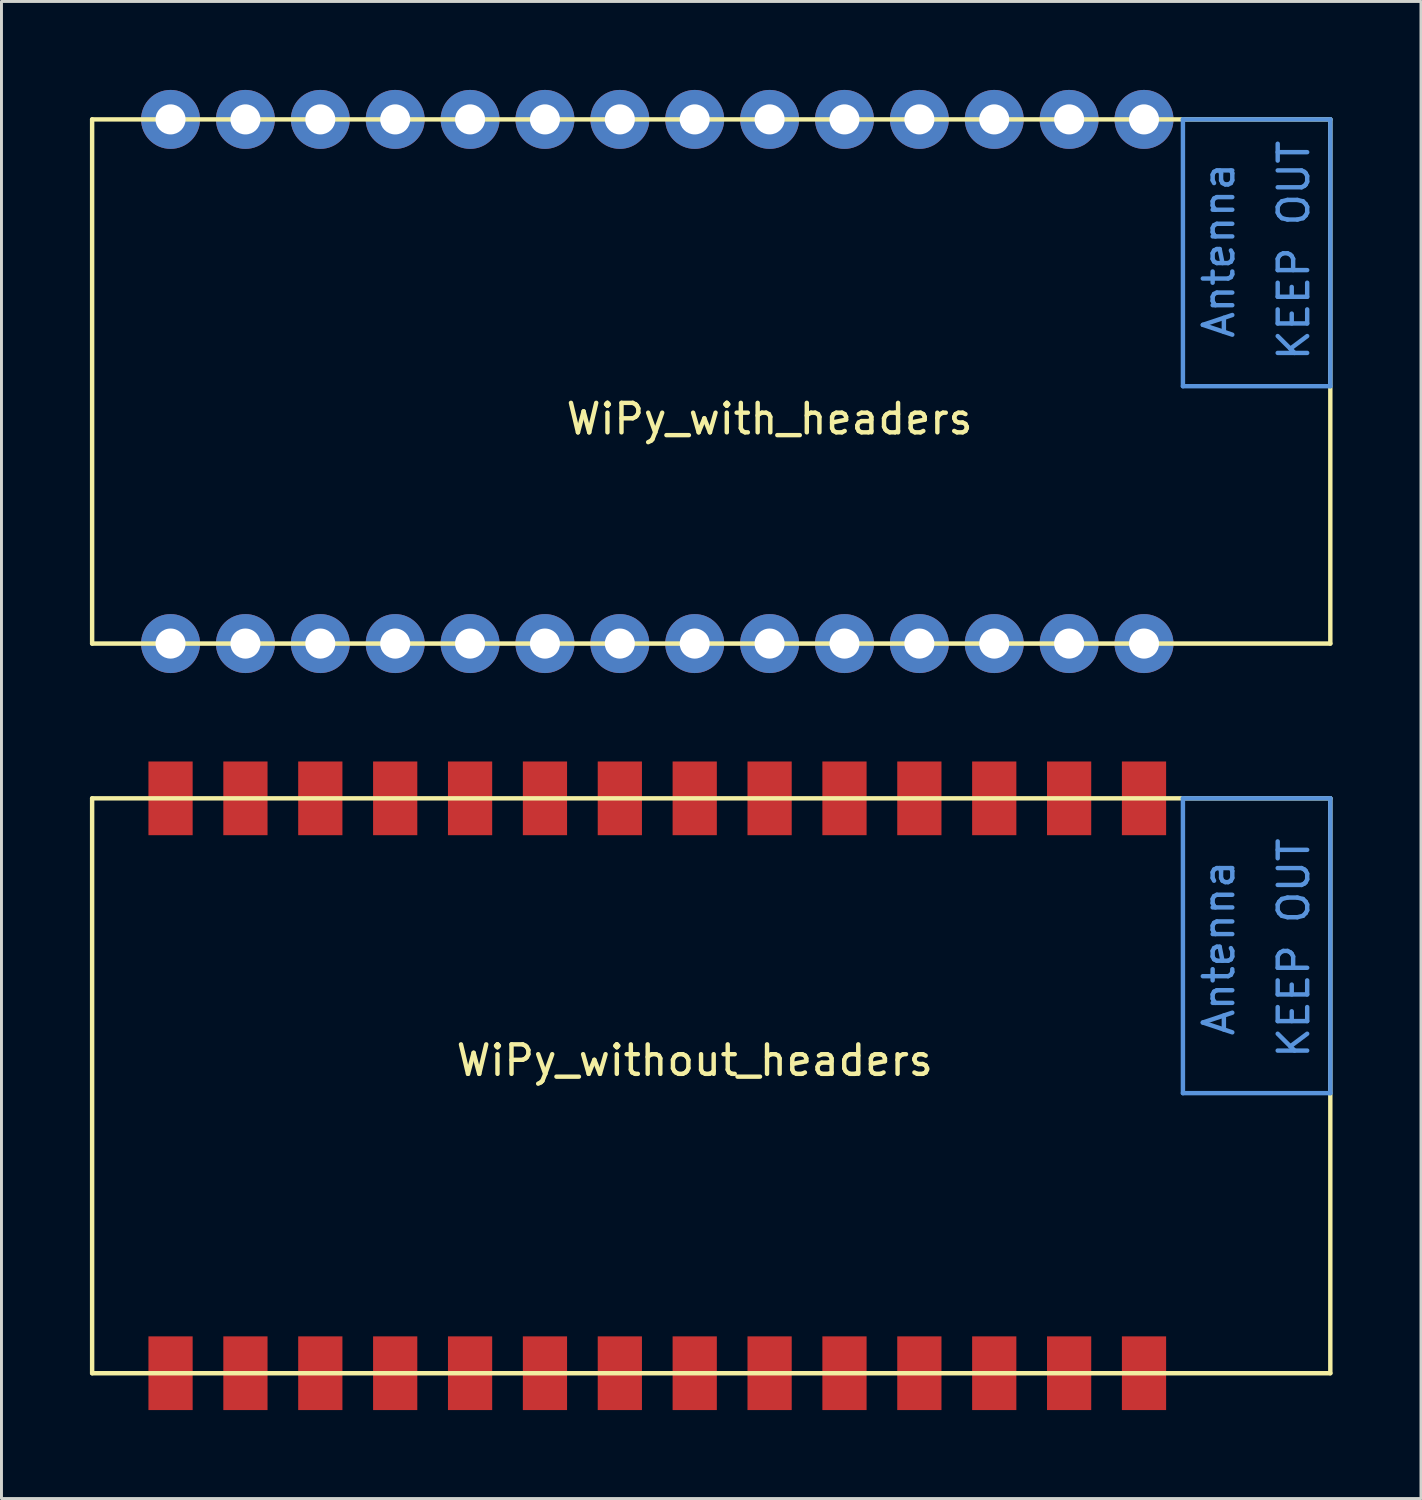
<source format=kicad_pcb>
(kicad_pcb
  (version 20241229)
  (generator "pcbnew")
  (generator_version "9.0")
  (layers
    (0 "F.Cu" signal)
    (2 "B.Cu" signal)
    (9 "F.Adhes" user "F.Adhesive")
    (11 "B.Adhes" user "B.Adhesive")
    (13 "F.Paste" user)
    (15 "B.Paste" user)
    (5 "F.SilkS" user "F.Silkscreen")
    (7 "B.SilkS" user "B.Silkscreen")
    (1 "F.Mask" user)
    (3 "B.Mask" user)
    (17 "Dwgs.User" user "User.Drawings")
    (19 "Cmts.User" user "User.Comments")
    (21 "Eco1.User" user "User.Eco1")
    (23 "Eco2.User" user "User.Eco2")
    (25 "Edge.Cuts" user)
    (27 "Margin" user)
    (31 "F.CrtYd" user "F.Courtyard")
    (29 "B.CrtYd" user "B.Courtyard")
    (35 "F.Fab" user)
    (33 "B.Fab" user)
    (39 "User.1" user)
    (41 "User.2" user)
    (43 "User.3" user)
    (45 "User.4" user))
  (footprint "WiPy_without_headers"
    (layer "F.Cu")
    (at 2.735 24.03)
    (property "Reference" "WiPy_without_headers" (at 17.78 8.89 0) (layer "F.SilkS") (effects (font (size 1 1) (thickness 0.15))))
    (attr through_hole)
    (fp_line (start -2.66 0) (end 39.34 0) (stroke (width 0.15) (type solid)) (layer "F.SilkS"))
    (fp_line (start -2.66 19.5) (end -2.66 0) (stroke (width 0.15) (type solid)) (layer "F.SilkS"))
    (fp_line (start 39.34 0) (end 39.34 19.5) (stroke (width 0.15) (type solid)) (layer "F.SilkS"))
    (fp_line (start 39.34 19.5) (end -2.66 19.5) (stroke (width 0.15) (type solid)) (layer "F.SilkS"))
    (fp_line (start 34.34 0) (end 34.34 10) (stroke (width 0.15) (type solid)) (layer "Cmts.User"))
    (fp_line (start 34.34 10) (end 39.34 10) (stroke (width 0.15) (type solid)) (layer "Cmts.User"))
    (fp_line (start 39.34 0) (end 34.34 0) (stroke (width 0.15) (type solid)) (layer "Cmts.User"))
    (fp_line (start 39.34 10) (end 39.34 0) (stroke (width 0.15) (type solid)) (layer "Cmts.User"))
    (fp_text user "Antenna" (at 35.56 5.08 90) (layer "Cmts.User") (effects (font (size 1 1) (thickness 0.15))))
    (fp_text user "KEEP OUT" (at 38.1 5.08 90) (layer "Cmts.User") (effects (font (size 1 1) (thickness 0.15))))
    (pad "1" smd rect (at 0 19.5) (size 1.5 2.5) (layers "F.Cu" "F.Mask" "F.Paste"))
    (pad "2" smd rect (at 2.54 19.5) (size 1.5 2.5) (layers "F.Cu" "F.Mask" "F.Paste"))
    (pad "3" smd rect (at 5.08 19.5) (size 1.5 2.5) (layers "F.Cu" "F.Mask" "F.Paste"))
    (pad "4" smd rect (at 7.62 19.5) (size 1.5 2.5) (layers "F.Cu" "F.Mask" "F.Paste"))
    (pad "5" smd rect (at 10.16 19.5) (size 1.5 2.5) (layers "F.Cu" "F.Mask" "F.Paste"))
    (pad "6" smd rect (at 12.7 19.5) (size 1.5 2.5) (layers "F.Cu" "F.Mask" "F.Paste"))
    (pad "7" smd rect (at 15.24 19.5) (size 1.5 2.5) (layers "F.Cu" "F.Mask" "F.Paste"))
    (pad "8" smd rect (at 17.78 19.5) (size 1.5 2.5) (layers "F.Cu" "F.Mask" "F.Paste"))
    (pad "9" smd rect (at 20.32 19.5) (size 1.5 2.5) (layers "F.Cu" "F.Mask" "F.Paste"))
    (pad "10" smd rect (at 22.86 19.5) (size 1.5 2.5) (layers "F.Cu" "F.Mask" "F.Paste"))
    (pad "11" smd rect (at 25.4 19.5) (size 1.5 2.5) (layers "F.Cu" "F.Mask" "F.Paste"))
    (pad "12" smd rect (at 27.94 19.5) (size 1.5 2.5) (layers "F.Cu" "F.Mask" "F.Paste"))
    (pad "13" smd rect (at 30.48 19.5) (size 1.5 2.5) (layers "F.Cu" "F.Mask" "F.Paste"))
    (pad "14" smd rect (at 33.02 19.5) (size 1.5 2.5) (layers "F.Cu" "F.Mask" "F.Paste"))
    (pad "15" smd rect (at 33.02 0) (size 1.5 2.5) (layers "F.Cu" "F.Mask" "F.Paste"))
    (pad "16" smd rect (at 30.48 0) (size 1.5 2.5) (layers "F.Cu" "F.Mask" "F.Paste"))
    (pad "17" smd rect (at 27.94 0) (size 1.5 2.5) (layers "F.Cu" "F.Mask" "F.Paste"))
    (pad "18" smd rect (at 25.4 0) (size 1.5 2.5) (layers "F.Cu" "F.Mask" "F.Paste"))
    (pad "19" smd rect (at 22.86 0) (size 1.5 2.5) (layers "F.Cu" "F.Mask" "F.Paste"))
    (pad "20" smd rect (at 20.32 0) (size 1.5 2.5) (layers "F.Cu" "F.Mask" "F.Paste"))
    (pad "21" smd rect (at 17.78 0) (size 1.5 2.5) (layers "F.Cu" "F.Mask" "F.Paste"))
    (pad "22" smd rect (at 15.24 0) (size 1.5 2.5) (layers "F.Cu" "F.Mask" "F.Paste"))
    (pad "23" smd rect (at 12.7 0) (size 1.5 2.5) (layers "F.Cu" "F.Mask" "F.Paste"))
    (pad "24" smd rect (at 10.16 0) (size 1.5 2.5) (layers "F.Cu" "F.Mask" "F.Paste"))
    (pad "25" smd rect (at 7.62 0) (size 1.5 2.5) (layers "F.Cu" "F.Mask" "F.Paste"))
    (pad "26" smd rect (at 5.08 0) (size 1.5 2.5) (layers "F.Cu" "F.Mask" "F.Paste"))
    (pad "27" smd rect (at 2.54 0) (size 1.5 2.5) (layers "F.Cu" "F.Mask" "F.Paste"))
    (pad "28" smd rect (at 0 0) (size 1.5 2.5) (layers "F.Cu" "F.Mask" "F.Paste")))
  (footprint "WiPy_with_headers"
    (layer "F.Cu")
    (at 2.735 18.78)
    (property "Reference" "WiPy_with_headers" (at 20.32 -7.62 0) (layer "F.SilkS") (effects (font (size 1 1) (thickness 0.15))))
    (attr through_hole)
    (fp_line (start -2.66 -17.78) (end -2.66 0) (stroke (width 0.15) (type solid)) (layer "F.SilkS"))
    (fp_line (start -2.66 0) (end 39.34 0) (stroke (width 0.15) (type solid)) (layer "F.SilkS"))
    (fp_line (start 39.34 -17.78) (end -2.66 -17.78) (stroke (width 0.15) (type solid)) (layer "F.SilkS"))
    (fp_line (start 39.34 0) (end 39.34 -17.78) (stroke (width 0.15) (type solid)) (layer "F.SilkS"))
    (fp_line (start 34.34 -17.78) (end 34.34 -8.73) (stroke (width 0.15) (type solid)) (layer "Cmts.User"))
    (fp_line (start 34.34 -8.73) (end 39.34 -8.73) (stroke (width 0.15) (type solid)) (layer "Cmts.User"))
    (fp_line (start 39.34 -17.78) (end 34.34 -17.78) (stroke (width 0.15) (type solid)) (layer "Cmts.User"))
    (fp_line (start 39.34 -8.73) (end 39.34 -17.78) (stroke (width 0.15) (type solid)) (layer "Cmts.User"))
    (fp_text user "Antenna" (at 35.56 -13.335 90) (layer "Cmts.User") (effects (font (size 1 1) (thickness 0.15))))
    (fp_text user "KEEP OUT" (at 38.1 -13.335 90) (layer "Cmts.User") (effects (font (size 1 1) (thickness 0.15))))
    (pad "1" thru_hole circle (at 0 0) (size 2 2) (drill 1.02) (layers "*.Cu" "*.Mask"))
    (pad "2" thru_hole circle (at 2.54 0) (size 2 2) (drill 1.02) (layers "*.Cu" "*.Mask"))
    (pad "3" thru_hole circle (at 5.08 0) (size 2 2) (drill 1.02) (layers "*.Cu" "*.Mask"))
    (pad "4" thru_hole circle (at 7.62 0) (size 2 2) (drill 1.02) (layers "*.Cu" "*.Mask"))
    (pad "5" thru_hole circle (at 10.16 0) (size 2 2) (drill 1.02) (layers "*.Cu" "*.Mask"))
    (pad "6" thru_hole circle (at 12.7 0) (size 2 2) (drill 1.02) (layers "*.Cu" "*.Mask"))
    (pad "7" thru_hole circle (at 15.24 0) (size 2 2) (drill 1.02) (layers "*.Cu" "*.Mask"))
    (pad "8" thru_hole circle (at 17.78 0) (size 2 2) (drill 1.02) (layers "*.Cu" "*.Mask"))
    (pad "9" thru_hole circle (at 20.32 0) (size 2 2) (drill 1.02) (layers "*.Cu" "*.Mask"))
    (pad "10" thru_hole circle (at 22.86 0) (size 2 2) (drill 1.02) (layers "*.Cu" "*.Mask"))
    (pad "11" thru_hole circle (at 25.4 0) (size 2 2) (drill 1.02) (layers "*.Cu" "*.Mask"))
    (pad "12" thru_hole circle (at 27.94 0) (size 2 2) (drill 1.02) (layers "*.Cu" "*.Mask"))
    (pad "13" thru_hole circle (at 30.48 0) (size 2 2) (drill 1.02) (layers "*.Cu" "*.Mask"))
    (pad "14" thru_hole circle (at 33.02 0) (size 2 2) (drill 1.02) (layers "*.Cu" "*.Mask"))
    (pad "15" thru_hole circle (at 33.02 -17.78) (size 2 2) (drill 1.02) (layers "*.Cu" "*.Mask"))
    (pad "16" thru_hole circle (at 30.48 -17.78) (size 2 2) (drill 1.02) (layers "*.Cu" "*.Mask"))
    (pad "17" thru_hole circle (at 27.94 -17.78) (size 2 2) (drill 1.02) (layers "*.Cu" "*.Mask"))
    (pad "18" thru_hole circle (at 25.4 -17.78) (size 2 2) (drill 1.02) (layers "*.Cu" "*.Mask"))
    (pad "19" thru_hole circle (at 22.86 -17.78) (size 2 2) (drill 1.02) (layers "*.Cu" "*.Mask"))
    (pad "20" thru_hole circle (at 20.32 -17.78) (size 2 2) (drill 1.02) (layers "*.Cu" "*.Mask"))
    (pad "21" thru_hole circle (at 17.78 -17.78) (size 2 2) (drill 1.02) (layers "*.Cu" "*.Mask"))
    (pad "22" thru_hole circle (at 15.24 -17.78) (size 2 2) (drill 1.02) (layers "*.Cu" "*.Mask"))
    (pad "23" thru_hole circle (at 12.7 -17.78) (size 2 2) (drill 1.02) (layers "*.Cu" "*.Mask"))
    (pad "24" thru_hole circle (at 10.16 -17.78) (size 2 2) (drill 1.02) (layers "*.Cu" "*.Mask"))
    (pad "25" thru_hole circle (at 7.62 -17.78) (size 2 2) (drill 1.02) (layers "*.Cu" "*.Mask"))
    (pad "26" thru_hole circle (at 5.08 -17.78) (size 2 2) (drill 1.02) (layers "*.Cu" "*.Mask"))
    (pad "27" thru_hole circle (at 2.54 -17.78) (size 2 2) (drill 1.02) (layers "*.Cu" "*.Mask"))
    (pad "28" thru_hole circle (at 0 -17.78) (size 2 2) (drill 1.02) (layers "*.Cu" "*.Mask")))
  (gr_rect
    (start -3 -3)
    (end 45.15 47.78)
    (stroke (width 0.1) (type default))
    (fill no)
    (layer "Edge.Cuts")))
</source>
